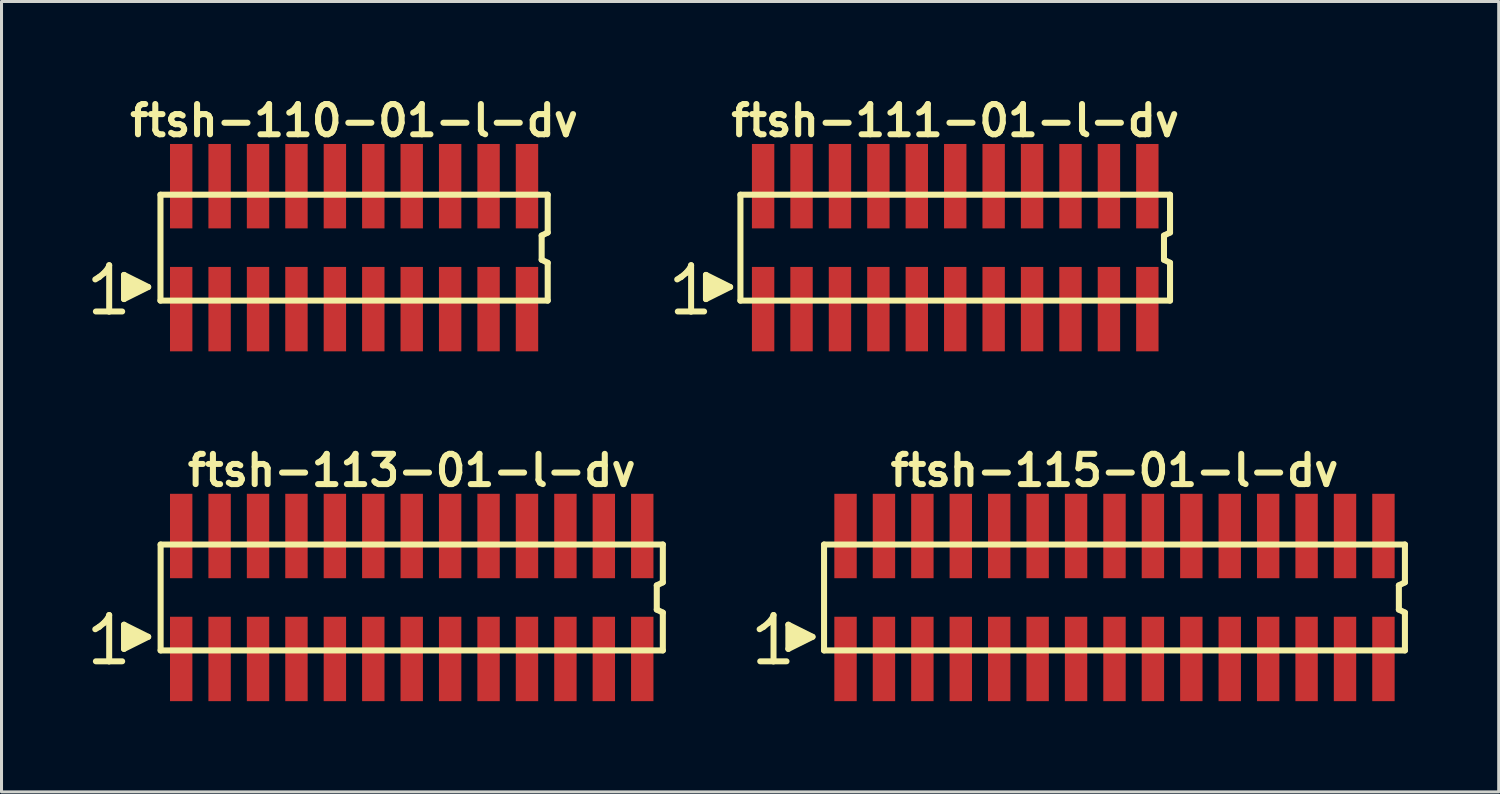
<source format=kicad_pcb>
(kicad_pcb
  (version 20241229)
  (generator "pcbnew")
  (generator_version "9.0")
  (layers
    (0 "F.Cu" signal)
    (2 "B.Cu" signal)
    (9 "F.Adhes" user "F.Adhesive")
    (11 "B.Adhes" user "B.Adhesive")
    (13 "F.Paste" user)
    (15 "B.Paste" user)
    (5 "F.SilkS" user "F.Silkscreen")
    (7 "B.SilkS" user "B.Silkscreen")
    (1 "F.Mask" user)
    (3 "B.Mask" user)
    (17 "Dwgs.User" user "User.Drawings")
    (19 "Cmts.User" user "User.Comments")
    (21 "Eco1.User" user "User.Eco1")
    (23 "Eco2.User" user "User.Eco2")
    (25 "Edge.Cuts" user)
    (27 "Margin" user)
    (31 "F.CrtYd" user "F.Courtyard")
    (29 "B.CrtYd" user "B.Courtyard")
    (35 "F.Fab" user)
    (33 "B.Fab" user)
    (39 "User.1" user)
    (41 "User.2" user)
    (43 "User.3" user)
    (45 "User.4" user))
  (footprint "ftsh-113-01-l-dv"
    (layer "F.Cu")
    (at 10.559 16.699)
    (property "Reference" "ftsh-113-01-l-dv" (at 0 -4.2 0) (layer "F.SilkS") (effects (font (size 1 1) (thickness 0.2))))
    (attr smd)
    (fp_line (start -10.46 1.05) (end -10.33 0.97) (stroke (width 0.198) (type solid)) (layer "F.SilkS"))
    (fp_line (start -10.33 0.97) (end -10.17 0.84) (stroke (width 0.198) (type solid)) (layer "F.SilkS"))
    (fp_line (start -10.17 0.84) (end -10.03 0.67) (stroke (width 0.198) (type solid)) (layer "F.SilkS"))
    (fp_line (start -10.03 0.67) (end -10 0.58) (stroke (width 0.198) (type solid)) (layer "F.SilkS"))
    (fp_line (start -10 0.58) (end -10 2.11) (stroke (width 0.198) (type solid)) (layer "F.SilkS"))
    (fp_line (start -10 2.11) (end -10.44 2.11) (stroke (width 0.198) (type solid)) (layer "F.SilkS"))
    (fp_line (start -9.57 2.11) (end -10.01 2.11) (stroke (width 0.198) (type solid)) (layer "F.SilkS"))
    (fp_line (start -9.51 0.9) (end -8.71 1.3) (stroke (width 0.198) (type solid)) (layer "F.SilkS"))
    (fp_line (start -9.51 1.7) (end -9.51 0.9) (stroke (width 0.198) (type solid)) (layer "F.SilkS"))
    (fp_line (start -9.41 1.6) (end -9.41 1) (stroke (width 0.198) (type solid)) (layer "F.SilkS"))
    (fp_line (start -9.31 1.1) (end -9.31 1.5) (stroke (width 0.198) (type solid)) (layer "F.SilkS"))
    (fp_line (start -9.21 1.5) (end -9.21 1.1) (stroke (width 0.198) (type solid)) (layer "F.SilkS"))
    (fp_line (start -9.11 1.2) (end -9.11 1.4) (stroke (width 0.198) (type solid)) (layer "F.SilkS"))
    (fp_line (start -9.01 1.4) (end -9.01 1.2) (stroke (width 0.198) (type solid)) (layer "F.SilkS"))
    (fp_line (start -8.71 1.3) (end -9.51 1.7) (stroke (width 0.198) (type solid)) (layer "F.SilkS"))
    (fp_line (start -8.3 -1.75) (end -8.3 1.75) (stroke (width 0.2) (type solid)) (layer "F.SilkS"))
    (fp_line (start -8.3 -1.75) (end 8.3 -1.75) (stroke (width 0.2) (type solid)) (layer "F.SilkS"))
    (fp_line (start -8.3 1.75) (end 8.3 1.75) (stroke (width 0.2) (type solid)) (layer "F.SilkS"))
    (fp_line (start 8.1 -0.4) (end 8.1 0.4) (stroke (width 0.2) (type solid)) (layer "F.SilkS"))
    (fp_line (start 8.1 0.4) (end 8.3 0.5) (stroke (width 0.2) (type solid)) (layer "F.SilkS"))
    (fp_line (start 8.3 -0.5) (end 8.1 -0.4) (stroke (width 0.2) (type solid)) (layer "F.SilkS"))
    (fp_line (start 8.3 -0.5) (end 8.3 -1.75) (stroke (width 0.2) (type solid)) (layer "F.SilkS"))
    (fp_line (start 8.3 0.5) (end 8.3 1.75) (stroke (width 0.2) (type solid)) (layer "F.SilkS"))
    (pad "1" smd rect (at -7.62 2.032) (size 0.74 2.79) (layers "F.Cu" "F.Mask" "F.Paste"))
    (pad "2" smd rect (at -7.62 -2.032) (size 0.74 2.79) (layers "F.Cu" "F.Mask" "F.Paste"))
    (pad "3" smd rect (at -6.35 2.032) (size 0.74 2.79) (layers "F.Cu" "F.Mask" "F.Paste"))
    (pad "4" smd rect (at -6.35 -2.032) (size 0.74 2.79) (layers "F.Cu" "F.Mask" "F.Paste"))
    (pad "5" smd rect (at -5.08 2.032) (size 0.74 2.79) (layers "F.Cu" "F.Mask" "F.Paste"))
    (pad "6" smd rect (at -5.08 -2.032) (size 0.74 2.79) (layers "F.Cu" "F.Mask" "F.Paste"))
    (pad "7" smd rect (at -3.81 2.032) (size 0.74 2.79) (layers "F.Cu" "F.Mask" "F.Paste"))
    (pad "8" smd rect (at -3.81 -2.032) (size 0.74 2.79) (layers "F.Cu" "F.Mask" "F.Paste"))
    (pad "9" smd rect (at -2.54 2.032) (size 0.74 2.79) (layers "F.Cu" "F.Mask" "F.Paste"))
    (pad "10" smd rect (at -2.54 -2.032) (size 0.74 2.79) (layers "F.Cu" "F.Mask" "F.Paste"))
    (pad "11" smd rect (at -1.27 2.032) (size 0.74 2.79) (layers "F.Cu" "F.Mask" "F.Paste"))
    (pad "12" smd rect (at -1.27 -2.032) (size 0.74 2.79) (layers "F.Cu" "F.Mask" "F.Paste"))
    (pad "13" smd rect (at 0 2.032) (size 0.74 2.79) (layers "F.Cu" "F.Mask" "F.Paste"))
    (pad "14" smd rect (at 0 -2.032) (size 0.74 2.79) (layers "F.Cu" "F.Mask" "F.Paste"))
    (pad "15" smd rect (at 1.27 2.032) (size 0.74 2.79) (layers "F.Cu" "F.Mask" "F.Paste"))
    (pad "16" smd rect (at 1.27 -2.032) (size 0.74 2.79) (layers "F.Cu" "F.Mask" "F.Paste"))
    (pad "17" smd rect (at 2.54 2.032) (size 0.74 2.79) (layers "F.Cu" "F.Mask" "F.Paste"))
    (pad "18" smd rect (at 2.54 -2.032) (size 0.74 2.79) (layers "F.Cu" "F.Mask" "F.Paste"))
    (pad "19" smd rect (at 3.81 2.032) (size 0.74 2.79) (layers "F.Cu" "F.Mask" "F.Paste"))
    (pad "20" smd rect (at 3.81 -2.032) (size 0.74 2.79) (layers "F.Cu" "F.Mask" "F.Paste"))
    (pad "21" smd rect (at 5.08 2.032) (size 0.74 2.79) (layers "F.Cu" "F.Mask" "F.Paste"))
    (pad "22" smd rect (at 5.08 -2.032) (size 0.74 2.79) (layers "F.Cu" "F.Mask" "F.Paste"))
    (pad "23" smd rect (at 6.35 2.032) (size 0.74 2.79) (layers "F.Cu" "F.Mask" "F.Paste"))
    (pad "24" smd rect (at 6.35 -2.032) (size 0.74 2.79) (layers "F.Cu" "F.Mask" "F.Paste"))
    (pad "25" smd rect (at 7.62 2.032) (size 0.74 2.79) (layers "F.Cu" "F.Mask" "F.Paste"))
    (pad "26" smd rect (at 7.62 -2.032) (size 0.74 2.79) (layers "F.Cu" "F.Mask" "F.Paste")))
  (footprint "ftsh-111-01-l-dv"
    (layer "F.Cu")
    (at 28.524 5.136)
    (property "Reference" "ftsh-111-01-l-dv" (at 0 -4.2 0) (layer "F.SilkS") (effects (font (size 1 1) (thickness 0.2))))
    (attr smd)
    (fp_line (start -9.19 1.05) (end -9.06 0.97) (stroke (width 0.198) (type solid)) (layer "F.SilkS"))
    (fp_line (start -9.06 0.97) (end -8.9 0.84) (stroke (width 0.198) (type solid)) (layer "F.SilkS"))
    (fp_line (start -8.9 0.84) (end -8.76 0.67) (stroke (width 0.198) (type solid)) (layer "F.SilkS"))
    (fp_line (start -8.76 0.67) (end -8.73 0.58) (stroke (width 0.198) (type solid)) (layer "F.SilkS"))
    (fp_line (start -8.73 0.58) (end -8.73 2.11) (stroke (width 0.198) (type solid)) (layer "F.SilkS"))
    (fp_line (start -8.73 2.11) (end -9.17 2.11) (stroke (width 0.198) (type solid)) (layer "F.SilkS"))
    (fp_line (start -8.3 2.11) (end -8.74 2.11) (stroke (width 0.198) (type solid)) (layer "F.SilkS"))
    (fp_line (start -8.24 0.9) (end -7.44 1.3) (stroke (width 0.198) (type solid)) (layer "F.SilkS"))
    (fp_line (start -8.24 1.7) (end -8.24 0.9) (stroke (width 0.198) (type solid)) (layer "F.SilkS"))
    (fp_line (start -8.14 1.6) (end -8.14 1) (stroke (width 0.198) (type solid)) (layer "F.SilkS"))
    (fp_line (start -8.04 1.1) (end -8.04 1.5) (stroke (width 0.198) (type solid)) (layer "F.SilkS"))
    (fp_line (start -7.94 1.5) (end -7.94 1.1) (stroke (width 0.198) (type solid)) (layer "F.SilkS"))
    (fp_line (start -7.84 1.2) (end -7.84 1.4) (stroke (width 0.198) (type solid)) (layer "F.SilkS"))
    (fp_line (start -7.74 1.4) (end -7.74 1.2) (stroke (width 0.198) (type solid)) (layer "F.SilkS"))
    (fp_line (start -7.44 1.3) (end -8.24 1.7) (stroke (width 0.198) (type solid)) (layer "F.SilkS"))
    (fp_line (start -7.1 -1.75) (end -7.1 1.75) (stroke (width 0.2) (type solid)) (layer "F.SilkS"))
    (fp_line (start -7.1 -1.75) (end 7.1 -1.75) (stroke (width 0.2) (type solid)) (layer "F.SilkS"))
    (fp_line (start -7.1 1.75) (end 7.1 1.75) (stroke (width 0.2) (type solid)) (layer "F.SilkS"))
    (fp_line (start 6.9 -0.4) (end 6.9 0.4) (stroke (width 0.2) (type solid)) (layer "F.SilkS"))
    (fp_line (start 6.9 0.4) (end 7.1 0.5) (stroke (width 0.2) (type solid)) (layer "F.SilkS"))
    (fp_line (start 7.1 -0.5) (end 6.9 -0.4) (stroke (width 0.2) (type solid)) (layer "F.SilkS"))
    (fp_line (start 7.1 -0.5) (end 7.1 -1.75) (stroke (width 0.2) (type solid)) (layer "F.SilkS"))
    (fp_line (start 7.1 0.5) (end 7.1 1.75) (stroke (width 0.2) (type solid)) (layer "F.SilkS"))
    (pad "1" smd rect (at -6.35 2.032) (size 0.74 2.79) (layers "F.Cu" "F.Mask" "F.Paste"))
    (pad "2" smd rect (at -6.35 -2.032) (size 0.74 2.79) (layers "F.Cu" "F.Mask" "F.Paste"))
    (pad "3" smd rect (at -5.08 2.032) (size 0.74 2.79) (layers "F.Cu" "F.Mask" "F.Paste"))
    (pad "4" smd rect (at -5.08 -2.032) (size 0.74 2.79) (layers "F.Cu" "F.Mask" "F.Paste"))
    (pad "5" smd rect (at -3.81 2.032) (size 0.74 2.79) (layers "F.Cu" "F.Mask" "F.Paste"))
    (pad "6" smd rect (at -3.81 -2.032) (size 0.74 2.79) (layers "F.Cu" "F.Mask" "F.Paste"))
    (pad "7" smd rect (at -2.54 2.032) (size 0.74 2.79) (layers "F.Cu" "F.Mask" "F.Paste"))
    (pad "8" smd rect (at -2.54 -2.032) (size 0.74 2.79) (layers "F.Cu" "F.Mask" "F.Paste"))
    (pad "9" smd rect (at -1.27 2.032) (size 0.74 2.79) (layers "F.Cu" "F.Mask" "F.Paste"))
    (pad "10" smd rect (at -1.27 -2.032) (size 0.74 2.79) (layers "F.Cu" "F.Mask" "F.Paste"))
    (pad "11" smd rect (at 0 2.032) (size 0.74 2.79) (layers "F.Cu" "F.Mask" "F.Paste"))
    (pad "12" smd rect (at 0 -2.032) (size 0.74 2.79) (layers "F.Cu" "F.Mask" "F.Paste"))
    (pad "13" smd rect (at 1.27 2.032) (size 0.74 2.79) (layers "F.Cu" "F.Mask" "F.Paste"))
    (pad "14" smd rect (at 1.27 -2.032) (size 0.74 2.79) (layers "F.Cu" "F.Mask" "F.Paste"))
    (pad "15" smd rect (at 2.54 2.032) (size 0.74 2.79) (layers "F.Cu" "F.Mask" "F.Paste"))
    (pad "16" smd rect (at 2.54 -2.032) (size 0.74 2.79) (layers "F.Cu" "F.Mask" "F.Paste"))
    (pad "17" smd rect (at 3.81 2.032) (size 0.74 2.79) (layers "F.Cu" "F.Mask" "F.Paste"))
    (pad "18" smd rect (at 3.81 -2.032) (size 0.74 2.79) (layers "F.Cu" "F.Mask" "F.Paste"))
    (pad "19" smd rect (at 5.08 2.032) (size 0.74 2.79) (layers "F.Cu" "F.Mask" "F.Paste"))
    (pad "20" smd rect (at 5.08 -2.032) (size 0.74 2.79) (layers "F.Cu" "F.Mask" "F.Paste"))
    (pad "21" smd rect (at 6.35 2.032) (size 0.74 2.79) (layers "F.Cu" "F.Mask" "F.Paste"))
    (pad "22" smd rect (at 6.35 -2.032) (size 0.74 2.79) (layers "F.Cu" "F.Mask" "F.Paste")))
  (footprint "ftsh-110-01-l-dv"
    (layer "F.Cu")
    (at 8.654 5.136)
    (property "Reference" "ftsh-110-01-l-dv" (at 0 -4.2 0) (layer "F.SilkS") (effects (font (size 1 1) (thickness 0.2))))
    (attr smd)
    (fp_line (start -8.555 1.05) (end -8.425 0.97) (stroke (width 0.198) (type solid)) (layer "F.SilkS"))
    (fp_line (start -8.425 0.97) (end -8.265 0.84) (stroke (width 0.198) (type solid)) (layer "F.SilkS"))
    (fp_line (start -8.265 0.84) (end -8.125 0.67) (stroke (width 0.198) (type solid)) (layer "F.SilkS"))
    (fp_line (start -8.125 0.67) (end -8.095 0.58) (stroke (width 0.198) (type solid)) (layer "F.SilkS"))
    (fp_line (start -8.095 0.58) (end -8.095 2.11) (stroke (width 0.198) (type solid)) (layer "F.SilkS"))
    (fp_line (start -8.095 2.11) (end -8.535 2.11) (stroke (width 0.198) (type solid)) (layer "F.SilkS"))
    (fp_line (start -7.665 2.11) (end -8.105 2.11) (stroke (width 0.198) (type solid)) (layer "F.SilkS"))
    (fp_line (start -7.605 0.9) (end -6.805 1.3) (stroke (width 0.198) (type solid)) (layer "F.SilkS"))
    (fp_line (start -7.605 1.7) (end -7.605 0.9) (stroke (width 0.198) (type solid)) (layer "F.SilkS"))
    (fp_line (start -7.505 1.6) (end -7.505 1) (stroke (width 0.198) (type solid)) (layer "F.SilkS"))
    (fp_line (start -7.405 1.1) (end -7.405 1.5) (stroke (width 0.198) (type solid)) (layer "F.SilkS"))
    (fp_line (start -7.305 1.5) (end -7.305 1.1) (stroke (width 0.198) (type solid)) (layer "F.SilkS"))
    (fp_line (start -7.205 1.2) (end -7.205 1.4) (stroke (width 0.198) (type solid)) (layer "F.SilkS"))
    (fp_line (start -7.105 1.4) (end -7.105 1.2) (stroke (width 0.198) (type solid)) (layer "F.SilkS"))
    (fp_line (start -6.805 1.3) (end -7.605 1.7) (stroke (width 0.198) (type solid)) (layer "F.SilkS"))
    (fp_line (start -6.4 -1.75) (end -6.4 1.75) (stroke (width 0.2) (type solid)) (layer "F.SilkS"))
    (fp_line (start -6.4 -1.75) (end 6.4 -1.75) (stroke (width 0.2) (type solid)) (layer "F.SilkS"))
    (fp_line (start -6.4 1.75) (end 6.4 1.75) (stroke (width 0.2) (type solid)) (layer "F.SilkS"))
    (fp_line (start 6.2 -0.4) (end 6.2 0.4) (stroke (width 0.2) (type solid)) (layer "F.SilkS"))
    (fp_line (start 6.2 0.4) (end 6.4 0.5) (stroke (width 0.2) (type solid)) (layer "F.SilkS"))
    (fp_line (start 6.4 -0.5) (end 6.2 -0.4) (stroke (width 0.2) (type solid)) (layer "F.SilkS"))
    (fp_line (start 6.4 -0.5) (end 6.4 -1.75) (stroke (width 0.2) (type solid)) (layer "F.SilkS"))
    (fp_line (start 6.4 0.5) (end 6.4 1.75) (stroke (width 0.2) (type solid)) (layer "F.SilkS"))
    (pad "1" smd rect (at -5.715 2.032) (size 0.74 2.79) (layers "F.Cu" "F.Mask" "F.Paste"))
    (pad "2" smd rect (at -5.715 -2.032) (size 0.74 2.79) (layers "F.Cu" "F.Mask" "F.Paste"))
    (pad "3" smd rect (at -4.445 2.032) (size 0.74 2.79) (layers "F.Cu" "F.Mask" "F.Paste"))
    (pad "4" smd rect (at -4.445 -2.032) (size 0.74 2.79) (layers "F.Cu" "F.Mask" "F.Paste"))
    (pad "5" smd rect (at -3.175 2.032) (size 0.74 2.79) (layers "F.Cu" "F.Mask" "F.Paste"))
    (pad "6" smd rect (at -3.175 -2.032) (size 0.74 2.79) (layers "F.Cu" "F.Mask" "F.Paste"))
    (pad "7" smd rect (at -1.905 2.032) (size 0.74 2.79) (layers "F.Cu" "F.Mask" "F.Paste"))
    (pad "8" smd rect (at -1.905 -2.032) (size 0.74 2.79) (layers "F.Cu" "F.Mask" "F.Paste"))
    (pad "9" smd rect (at -0.635 2.032) (size 0.74 2.79) (layers "F.Cu" "F.Mask" "F.Paste"))
    (pad "10" smd rect (at -0.635 -2.032) (size 0.74 2.79) (layers "F.Cu" "F.Mask" "F.Paste"))
    (pad "11" smd rect (at 0.635 2.032) (size 0.74 2.79) (layers "F.Cu" "F.Mask" "F.Paste"))
    (pad "12" smd rect (at 0.635 -2.032) (size 0.74 2.79) (layers "F.Cu" "F.Mask" "F.Paste"))
    (pad "13" smd rect (at 1.905 2.032) (size 0.74 2.79) (layers "F.Cu" "F.Mask" "F.Paste"))
    (pad "14" smd rect (at 1.905 -2.032) (size 0.74 2.79) (layers "F.Cu" "F.Mask" "F.Paste"))
    (pad "15" smd rect (at 3.175 2.032) (size 0.74 2.79) (layers "F.Cu" "F.Mask" "F.Paste"))
    (pad "16" smd rect (at 3.175 -2.032) (size 0.74 2.79) (layers "F.Cu" "F.Mask" "F.Paste"))
    (pad "17" smd rect (at 4.445 2.032) (size 0.74 2.79) (layers "F.Cu" "F.Mask" "F.Paste"))
    (pad "18" smd rect (at 4.445 -2.032) (size 0.74 2.79) (layers "F.Cu" "F.Mask" "F.Paste"))
    (pad "19" smd rect (at 5.715 2.032) (size 0.74 2.79) (layers "F.Cu" "F.Mask" "F.Paste"))
    (pad "20" smd rect (at 5.715 -2.032) (size 0.74 2.79) (layers "F.Cu" "F.Mask" "F.Paste")))
  (footprint "ftsh-115-01-l-dv"
    (layer "F.Cu")
    (at 33.788 16.699)
    (property "Reference" "ftsh-115-01-l-dv" (at 0 -4.2 0) (layer "F.SilkS") (effects (font (size 1 1) (thickness 0.2))))
    (attr smd)
    (fp_line (start -11.73 1.05) (end -11.6 0.97) (stroke (width 0.198) (type solid)) (layer "F.SilkS"))
    (fp_line (start -11.6 0.97) (end -11.44 0.84) (stroke (width 0.198) (type solid)) (layer "F.SilkS"))
    (fp_line (start -11.44 0.84) (end -11.3 0.67) (stroke (width 0.198) (type solid)) (layer "F.SilkS"))
    (fp_line (start -11.3 0.67) (end -11.27 0.58) (stroke (width 0.198) (type solid)) (layer "F.SilkS"))
    (fp_line (start -11.27 0.58) (end -11.27 2.11) (stroke (width 0.198) (type solid)) (layer "F.SilkS"))
    (fp_line (start -11.27 2.11) (end -11.71 2.11) (stroke (width 0.198) (type solid)) (layer "F.SilkS"))
    (fp_line (start -10.84 2.11) (end -11.28 2.11) (stroke (width 0.198) (type solid)) (layer "F.SilkS"))
    (fp_line (start -10.78 0.9) (end -9.98 1.3) (stroke (width 0.198) (type solid)) (layer "F.SilkS"))
    (fp_line (start -10.78 1.7) (end -10.78 0.9) (stroke (width 0.198) (type solid)) (layer "F.SilkS"))
    (fp_line (start -10.68 1.6) (end -10.68 1) (stroke (width 0.198) (type solid)) (layer "F.SilkS"))
    (fp_line (start -10.58 1.1) (end -10.58 1.5) (stroke (width 0.198) (type solid)) (layer "F.SilkS"))
    (fp_line (start -10.48 1.5) (end -10.48 1.1) (stroke (width 0.198) (type solid)) (layer "F.SilkS"))
    (fp_line (start -10.38 1.2) (end -10.38 1.4) (stroke (width 0.198) (type solid)) (layer "F.SilkS"))
    (fp_line (start -10.28 1.4) (end -10.28 1.2) (stroke (width 0.198) (type solid)) (layer "F.SilkS"))
    (fp_line (start -9.98 1.3) (end -10.78 1.7) (stroke (width 0.198) (type solid)) (layer "F.SilkS"))
    (fp_line (start -9.6 -1.75) (end -9.6 1.75) (stroke (width 0.2) (type solid)) (layer "F.SilkS"))
    (fp_line (start -9.6 -1.75) (end 9.6 -1.75) (stroke (width 0.2) (type solid)) (layer "F.SilkS"))
    (fp_line (start -9.6 1.75) (end 9.6 1.75) (stroke (width 0.2) (type solid)) (layer "F.SilkS"))
    (fp_line (start 9.4 -0.4) (end 9.4 0.4) (stroke (width 0.2) (type solid)) (layer "F.SilkS"))
    (fp_line (start 9.4 0.4) (end 9.6 0.5) (stroke (width 0.2) (type solid)) (layer "F.SilkS"))
    (fp_line (start 9.6 -0.5) (end 9.4 -0.4) (stroke (width 0.2) (type solid)) (layer "F.SilkS"))
    (fp_line (start 9.6 -0.5) (end 9.6 -1.75) (stroke (width 0.2) (type solid)) (layer "F.SilkS"))
    (fp_line (start 9.6 0.5) (end 9.6 1.75) (stroke (width 0.2) (type solid)) (layer "F.SilkS"))
    (pad "1" smd rect (at -8.89 2.032) (size 0.74 2.79) (layers "F.Cu" "F.Mask" "F.Paste"))
    (pad "2" smd rect (at -8.89 -2.032) (size 0.74 2.79) (layers "F.Cu" "F.Mask" "F.Paste"))
    (pad "3" smd rect (at -7.62 2.032) (size 0.74 2.79) (layers "F.Cu" "F.Mask" "F.Paste"))
    (pad "4" smd rect (at -7.62 -2.032) (size 0.74 2.79) (layers "F.Cu" "F.Mask" "F.Paste"))
    (pad "5" smd rect (at -6.35 2.032) (size 0.74 2.79) (layers "F.Cu" "F.Mask" "F.Paste"))
    (pad "6" smd rect (at -6.35 -2.032) (size 0.74 2.79) (layers "F.Cu" "F.Mask" "F.Paste"))
    (pad "7" smd rect (at -5.08 2.032) (size 0.74 2.79) (layers "F.Cu" "F.Mask" "F.Paste"))
    (pad "8" smd rect (at -5.08 -2.032) (size 0.74 2.79) (layers "F.Cu" "F.Mask" "F.Paste"))
    (pad "9" smd rect (at -3.81 2.032) (size 0.74 2.79) (layers "F.Cu" "F.Mask" "F.Paste"))
    (pad "10" smd rect (at -3.81 -2.032) (size 0.74 2.79) (layers "F.Cu" "F.Mask" "F.Paste"))
    (pad "11" smd rect (at -2.54 2.032) (size 0.74 2.79) (layers "F.Cu" "F.Mask" "F.Paste"))
    (pad "12" smd rect (at -2.54 -2.032) (size 0.74 2.79) (layers "F.Cu" "F.Mask" "F.Paste"))
    (pad "13" smd rect (at -1.27 2.032) (size 0.74 2.79) (layers "F.Cu" "F.Mask" "F.Paste"))
    (pad "14" smd rect (at -1.27 -2.032) (size 0.74 2.79) (layers "F.Cu" "F.Mask" "F.Paste"))
    (pad "15" smd rect (at 0 2.032) (size 0.74 2.79) (layers "F.Cu" "F.Mask" "F.Paste"))
    (pad "16" smd rect (at 0 -2.032) (size 0.74 2.79) (layers "F.Cu" "F.Mask" "F.Paste"))
    (pad "17" smd rect (at 1.27 2.032) (size 0.74 2.79) (layers "F.Cu" "F.Mask" "F.Paste"))
    (pad "18" smd rect (at 1.27 -2.032) (size 0.74 2.79) (layers "F.Cu" "F.Mask" "F.Paste"))
    (pad "19" smd rect (at 2.54 2.032) (size 0.74 2.79) (layers "F.Cu" "F.Mask" "F.Paste"))
    (pad "20" smd rect (at 2.54 -2.032) (size 0.74 2.79) (layers "F.Cu" "F.Mask" "F.Paste"))
    (pad "21" smd rect (at 3.81 2.032) (size 0.74 2.79) (layers "F.Cu" "F.Mask" "F.Paste"))
    (pad "22" smd rect (at 3.81 -2.032) (size 0.74 2.79) (layers "F.Cu" "F.Mask" "F.Paste"))
    (pad "23" smd rect (at 5.08 2.032) (size 0.74 2.79) (layers "F.Cu" "F.Mask" "F.Paste"))
    (pad "24" smd rect (at 5.08 -2.032) (size 0.74 2.79) (layers "F.Cu" "F.Mask" "F.Paste"))
    (pad "25" smd rect (at 6.35 2.032) (size 0.74 2.79) (layers "F.Cu" "F.Mask" "F.Paste"))
    (pad "26" smd rect (at 6.35 -2.032) (size 0.74 2.79) (layers "F.Cu" "F.Mask" "F.Paste"))
    (pad "27" smd rect (at 7.62 2.032) (size 0.74 2.79) (layers "F.Cu" "F.Mask" "F.Paste"))
    (pad "28" smd rect (at 7.62 -2.032) (size 0.74 2.79) (layers "F.Cu" "F.Mask" "F.Paste"))
    (pad "29" smd rect (at 8.89 2.032) (size 0.74 2.79) (layers "F.Cu" "F.Mask" "F.Paste"))
    (pad "30" smd rect (at 8.89 -2.032) (size 0.74 2.79) (layers "F.Cu" "F.Mask" "F.Paste")))
  (gr_rect
    (start -3 -3)
    (end 46.488 23.126)
    (stroke (width 0.1) (type default))
    (fill no)
    (layer "Edge.Cuts")))
</source>
